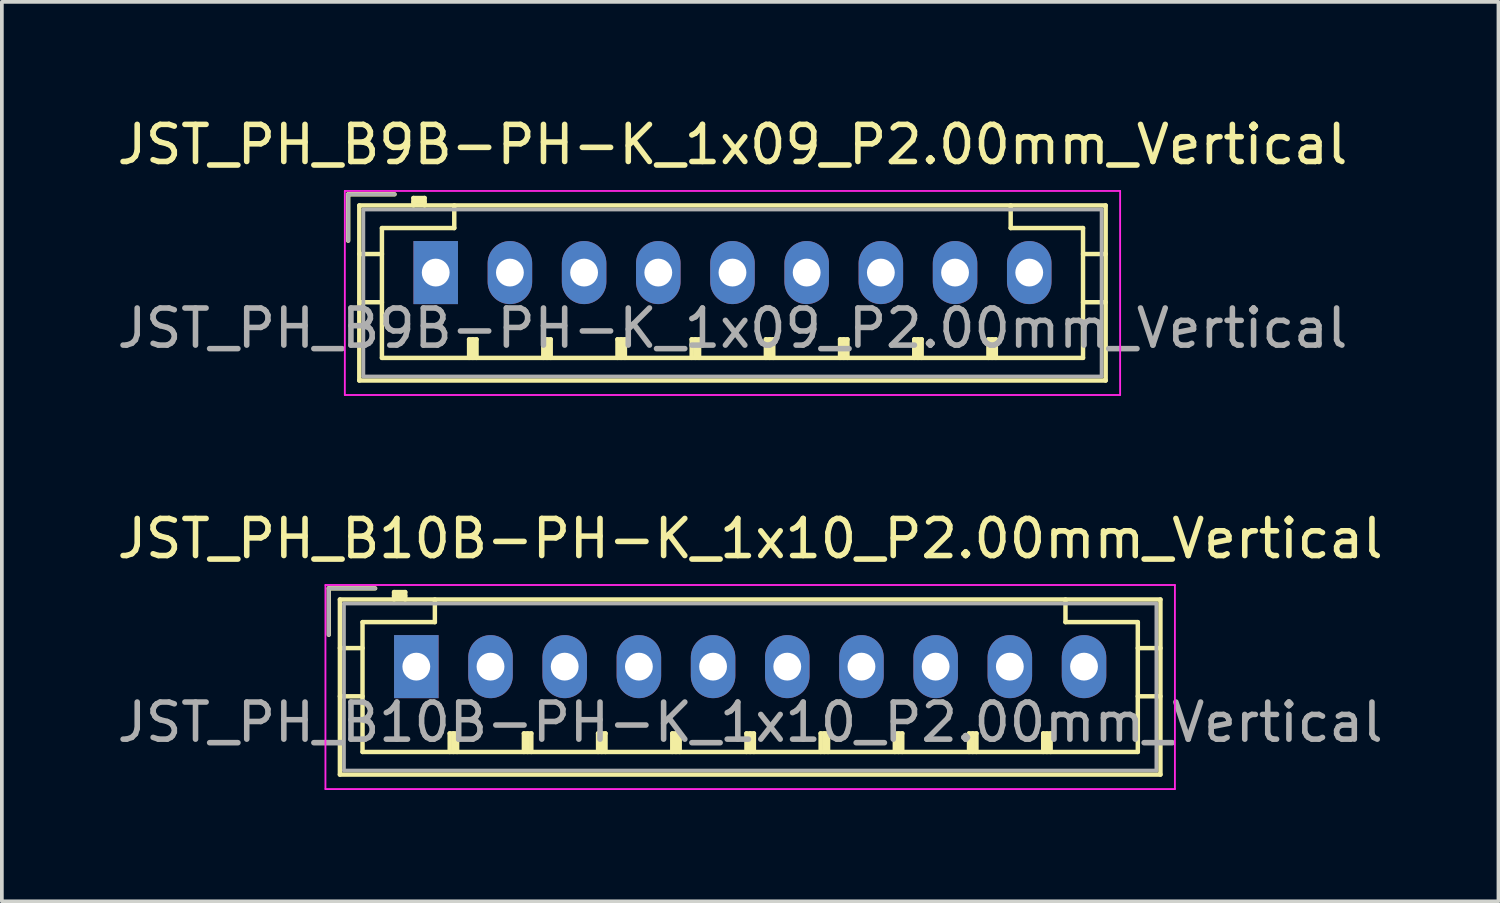
<source format=kicad_pcb>
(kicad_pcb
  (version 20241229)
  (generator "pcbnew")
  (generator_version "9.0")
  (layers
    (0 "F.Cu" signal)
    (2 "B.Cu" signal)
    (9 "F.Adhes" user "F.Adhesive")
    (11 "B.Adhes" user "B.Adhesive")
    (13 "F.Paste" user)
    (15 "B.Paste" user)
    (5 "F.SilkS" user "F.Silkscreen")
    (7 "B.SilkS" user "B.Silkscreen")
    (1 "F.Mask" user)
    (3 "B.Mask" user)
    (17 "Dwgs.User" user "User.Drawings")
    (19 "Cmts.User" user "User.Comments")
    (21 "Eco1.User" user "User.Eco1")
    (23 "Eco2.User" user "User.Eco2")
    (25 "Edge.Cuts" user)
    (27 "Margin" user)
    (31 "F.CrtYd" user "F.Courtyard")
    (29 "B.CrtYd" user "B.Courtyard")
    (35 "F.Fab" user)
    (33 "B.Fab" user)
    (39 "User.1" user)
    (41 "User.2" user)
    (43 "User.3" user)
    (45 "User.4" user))
  (footprint "JST_PH_B10B-PH-K_1x10_P2.00mm_Vertical"
    (layer "F.Cu")
    (at 8.173 14.921)
    (property "Reference" "JST_PH_B10B-PH-K_1x10_P2.00mm_Vertical" (at 9 -3.45 0) (layer "F.SilkS") (effects (font (size 1 1) (thickness 0.15))))
    (attr through_hole)
    (fp_line (start -2.36 -2.11) (end -2.36 -0.86) (stroke (width 0.12) (type solid)) (layer "F.SilkS"))
    (fp_line (start -2.06 -1.81) (end -2.06 2.91) (stroke (width 0.12) (type solid)) (layer "F.SilkS"))
    (fp_line (start -2.06 -0.5) (end -1.45 -0.5) (stroke (width 0.12) (type solid)) (layer "F.SilkS"))
    (fp_line (start -2.06 0.8) (end -1.45 0.8) (stroke (width 0.12) (type solid)) (layer "F.SilkS"))
    (fp_line (start -2.06 2.91) (end 20.06 2.91) (stroke (width 0.12) (type solid)) (layer "F.SilkS"))
    (fp_line (start -1.45 -1.2) (end -1.45 2.3) (stroke (width 0.12) (type solid)) (layer "F.SilkS"))
    (fp_line (start -1.45 2.3) (end 19.45 2.3) (stroke (width 0.12) (type solid)) (layer "F.SilkS"))
    (fp_line (start -1.11 -2.11) (end -2.36 -2.11) (stroke (width 0.12) (type solid)) (layer "F.SilkS"))
    (fp_line (start -0.6 -2.01) (end -0.6 -1.81) (stroke (width 0.12) (type solid)) (layer "F.SilkS"))
    (fp_line (start -0.3 -2.01) (end -0.6 -2.01) (stroke (width 0.12) (type solid)) (layer "F.SilkS"))
    (fp_line (start -0.3 -1.91) (end -0.6 -1.91) (stroke (width 0.12) (type solid)) (layer "F.SilkS"))
    (fp_line (start -0.3 -1.81) (end -0.3 -2.01) (stroke (width 0.12) (type solid)) (layer "F.SilkS"))
    (fp_line (start 0.5 -1.81) (end 0.5 -1.2) (stroke (width 0.12) (type solid)) (layer "F.SilkS"))
    (fp_line (start 0.5 -1.2) (end -1.45 -1.2) (stroke (width 0.12) (type solid)) (layer "F.SilkS"))
    (fp_line (start 0.9 1.8) (end 1.1 1.8) (stroke (width 0.12) (type solid)) (layer "F.SilkS"))
    (fp_line (start 0.9 2.3) (end 0.9 1.8) (stroke (width 0.12) (type solid)) (layer "F.SilkS"))
    (fp_line (start 1 2.3) (end 1 1.8) (stroke (width 0.12) (type solid)) (layer "F.SilkS"))
    (fp_line (start 1.1 1.8) (end 1.1 2.3) (stroke (width 0.12) (type solid)) (layer "F.SilkS"))
    (fp_line (start 2.9 1.8) (end 3.1 1.8) (stroke (width 0.12) (type solid)) (layer "F.SilkS"))
    (fp_line (start 2.9 2.3) (end 2.9 1.8) (stroke (width 0.12) (type solid)) (layer "F.SilkS"))
    (fp_line (start 3 2.3) (end 3 1.8) (stroke (width 0.12) (type solid)) (layer "F.SilkS"))
    (fp_line (start 3.1 1.8) (end 3.1 2.3) (stroke (width 0.12) (type solid)) (layer "F.SilkS"))
    (fp_line (start 4.9 1.8) (end 5.1 1.8) (stroke (width 0.12) (type solid)) (layer "F.SilkS"))
    (fp_line (start 4.9 2.3) (end 4.9 1.8) (stroke (width 0.12) (type solid)) (layer "F.SilkS"))
    (fp_line (start 5 2.3) (end 5 1.8) (stroke (width 0.12) (type solid)) (layer "F.SilkS"))
    (fp_line (start 5.1 1.8) (end 5.1 2.3) (stroke (width 0.12) (type solid)) (layer "F.SilkS"))
    (fp_line (start 6.9 1.8) (end 7.1 1.8) (stroke (width 0.12) (type solid)) (layer "F.SilkS"))
    (fp_line (start 6.9 2.3) (end 6.9 1.8) (stroke (width 0.12) (type solid)) (layer "F.SilkS"))
    (fp_line (start 7 2.3) (end 7 1.8) (stroke (width 0.12) (type solid)) (layer "F.SilkS"))
    (fp_line (start 7.1 1.8) (end 7.1 2.3) (stroke (width 0.12) (type solid)) (layer "F.SilkS"))
    (fp_line (start 8.9 1.8) (end 9.1 1.8) (stroke (width 0.12) (type solid)) (layer "F.SilkS"))
    (fp_line (start 8.9 2.3) (end 8.9 1.8) (stroke (width 0.12) (type solid)) (layer "F.SilkS"))
    (fp_line (start 9 2.3) (end 9 1.8) (stroke (width 0.12) (type solid)) (layer "F.SilkS"))
    (fp_line (start 9.1 1.8) (end 9.1 2.3) (stroke (width 0.12) (type solid)) (layer "F.SilkS"))
    (fp_line (start 10.9 1.8) (end 11.1 1.8) (stroke (width 0.12) (type solid)) (layer "F.SilkS"))
    (fp_line (start 10.9 2.3) (end 10.9 1.8) (stroke (width 0.12) (type solid)) (layer "F.SilkS"))
    (fp_line (start 11 2.3) (end 11 1.8) (stroke (width 0.12) (type solid)) (layer "F.SilkS"))
    (fp_line (start 11.1 1.8) (end 11.1 2.3) (stroke (width 0.12) (type solid)) (layer "F.SilkS"))
    (fp_line (start 12.9 1.8) (end 13.1 1.8) (stroke (width 0.12) (type solid)) (layer "F.SilkS"))
    (fp_line (start 12.9 2.3) (end 12.9 1.8) (stroke (width 0.12) (type solid)) (layer "F.SilkS"))
    (fp_line (start 13 2.3) (end 13 1.8) (stroke (width 0.12) (type solid)) (layer "F.SilkS"))
    (fp_line (start 13.1 1.8) (end 13.1 2.3) (stroke (width 0.12) (type solid)) (layer "F.SilkS"))
    (fp_line (start 14.9 1.8) (end 15.1 1.8) (stroke (width 0.12) (type solid)) (layer "F.SilkS"))
    (fp_line (start 14.9 2.3) (end 14.9 1.8) (stroke (width 0.12) (type solid)) (layer "F.SilkS"))
    (fp_line (start 15 2.3) (end 15 1.8) (stroke (width 0.12) (type solid)) (layer "F.SilkS"))
    (fp_line (start 15.1 1.8) (end 15.1 2.3) (stroke (width 0.12) (type solid)) (layer "F.SilkS"))
    (fp_line (start 16.9 1.8) (end 17.1 1.8) (stroke (width 0.12) (type solid)) (layer "F.SilkS"))
    (fp_line (start 16.9 2.3) (end 16.9 1.8) (stroke (width 0.12) (type solid)) (layer "F.SilkS"))
    (fp_line (start 17 2.3) (end 17 1.8) (stroke (width 0.12) (type solid)) (layer "F.SilkS"))
    (fp_line (start 17.1 1.8) (end 17.1 2.3) (stroke (width 0.12) (type solid)) (layer "F.SilkS"))
    (fp_line (start 17.5 -1.2) (end 17.5 -1.81) (stroke (width 0.12) (type solid)) (layer "F.SilkS"))
    (fp_line (start 19.45 -1.2) (end 17.5 -1.2) (stroke (width 0.12) (type solid)) (layer "F.SilkS"))
    (fp_line (start 19.45 2.3) (end 19.45 -1.2) (stroke (width 0.12) (type solid)) (layer "F.SilkS"))
    (fp_line (start 20.06 -1.81) (end -2.06 -1.81) (stroke (width 0.12) (type solid)) (layer "F.SilkS"))
    (fp_line (start 20.06 -0.5) (end 19.45 -0.5) (stroke (width 0.12) (type solid)) (layer "F.SilkS"))
    (fp_line (start 20.06 0.8) (end 19.45 0.8) (stroke (width 0.12) (type solid)) (layer "F.SilkS"))
    (fp_line (start 20.06 2.91) (end 20.06 -1.81) (stroke (width 0.12) (type solid)) (layer "F.SilkS"))
    (fp_line (start -2.45 -2.2) (end -2.45 3.3) (stroke (width 0.05) (type solid)) (layer "F.CrtYd"))
    (fp_line (start -2.45 3.3) (end 20.45 3.3) (stroke (width 0.05) (type solid)) (layer "F.CrtYd"))
    (fp_line (start 20.45 -2.2) (end -2.45 -2.2) (stroke (width 0.05) (type solid)) (layer "F.CrtYd"))
    (fp_line (start 20.45 3.3) (end 20.45 -2.2) (stroke (width 0.05) (type solid)) (layer "F.CrtYd"))
    (fp_line (start -2.36 -2.11) (end -2.36 -0.86) (stroke (width 0.1) (type solid)) (layer "F.Fab"))
    (fp_line (start -1.95 -1.7) (end -1.95 2.8) (stroke (width 0.1) (type solid)) (layer "F.Fab"))
    (fp_line (start -1.95 2.8) (end 19.95 2.8) (stroke (width 0.1) (type solid)) (layer "F.Fab"))
    (fp_line (start -1.11 -2.11) (end -2.36 -2.11) (stroke (width 0.1) (type solid)) (layer "F.Fab"))
    (fp_line (start 19.95 -1.7) (end -1.95 -1.7) (stroke (width 0.1) (type solid)) (layer "F.Fab"))
    (fp_line (start 19.95 2.8) (end 19.95 -1.7) (stroke (width 0.1) (type solid)) (layer "F.Fab"))
    (fp_text user "${REFERENCE}" (at 9 1.5 0) (layer "F.Fab") (effects (font (size 1 1) (thickness 0.15))))
    (pad "1" thru_hole rect (at 0 0) (size 1.2 1.7) (drill 0.75) (layers "*.Cu" "*.Mask"))
    (pad "2" thru_hole oval (at 2 0) (size 1.2 1.7) (drill 0.75) (layers "*.Cu" "*.Mask"))
    (pad "3" thru_hole oval (at 4 0) (size 1.2 1.7) (drill 0.75) (layers "*.Cu" "*.Mask"))
    (pad "4" thru_hole oval (at 6 0) (size 1.2 1.7) (drill 0.75) (layers "*.Cu" "*.Mask"))
    (pad "5" thru_hole oval (at 8 0) (size 1.2 1.7) (drill 0.75) (layers "*.Cu" "*.Mask"))
    (pad "6" thru_hole oval (at 10 0) (size 1.2 1.7) (drill 0.75) (layers "*.Cu" "*.Mask"))
    (pad "7" thru_hole oval (at 12 0) (size 1.2 1.7) (drill 0.75) (layers "*.Cu" "*.Mask"))
    (pad "8" thru_hole oval (at 14 0) (size 1.2 1.7) (drill 0.75) (layers "*.Cu" "*.Mask"))
    (pad "9" thru_hole oval (at 16 0) (size 1.2 1.7) (drill 0.75) (layers "*.Cu" "*.Mask"))
    (pad "10" thru_hole oval (at 18 0) (size 1.2 1.7) (drill 0.75) (layers "*.Cu" "*.Mask")))
  (footprint "JST_PH_B9B-PH-K_1x09_P2.00mm_Vertical"
    (layer "F.Cu")
    (at 8.696 4.298)
    (property "Reference" "JST_PH_B9B-PH-K_1x09_P2.00mm_Vertical" (at 8 -3.45 0) (layer "F.SilkS") (effects (font (size 1 1) (thickness 0.15))))
    (attr through_hole)
    (fp_line (start -2.36 -2.11) (end -2.36 -0.86) (stroke (width 0.12) (type solid)) (layer "F.SilkS"))
    (fp_line (start -2.06 -1.81) (end -2.06 2.91) (stroke (width 0.12) (type solid)) (layer "F.SilkS"))
    (fp_line (start -2.06 -0.5) (end -1.45 -0.5) (stroke (width 0.12) (type solid)) (layer "F.SilkS"))
    (fp_line (start -2.06 0.8) (end -1.45 0.8) (stroke (width 0.12) (type solid)) (layer "F.SilkS"))
    (fp_line (start -2.06 2.91) (end 18.06 2.91) (stroke (width 0.12) (type solid)) (layer "F.SilkS"))
    (fp_line (start -1.45 -1.2) (end -1.45 2.3) (stroke (width 0.12) (type solid)) (layer "F.SilkS"))
    (fp_line (start -1.45 2.3) (end 17.45 2.3) (stroke (width 0.12) (type solid)) (layer "F.SilkS"))
    (fp_line (start -1.11 -2.11) (end -2.36 -2.11) (stroke (width 0.12) (type solid)) (layer "F.SilkS"))
    (fp_line (start -0.6 -2.01) (end -0.6 -1.81) (stroke (width 0.12) (type solid)) (layer "F.SilkS"))
    (fp_line (start -0.3 -2.01) (end -0.6 -2.01) (stroke (width 0.12) (type solid)) (layer "F.SilkS"))
    (fp_line (start -0.3 -1.91) (end -0.6 -1.91) (stroke (width 0.12) (type solid)) (layer "F.SilkS"))
    (fp_line (start -0.3 -1.81) (end -0.3 -2.01) (stroke (width 0.12) (type solid)) (layer "F.SilkS"))
    (fp_line (start 0.5 -1.81) (end 0.5 -1.2) (stroke (width 0.12) (type solid)) (layer "F.SilkS"))
    (fp_line (start 0.5 -1.2) (end -1.45 -1.2) (stroke (width 0.12) (type solid)) (layer "F.SilkS"))
    (fp_line (start 0.9 1.8) (end 1.1 1.8) (stroke (width 0.12) (type solid)) (layer "F.SilkS"))
    (fp_line (start 0.9 2.3) (end 0.9 1.8) (stroke (width 0.12) (type solid)) (layer "F.SilkS"))
    (fp_line (start 1 2.3) (end 1 1.8) (stroke (width 0.12) (type solid)) (layer "F.SilkS"))
    (fp_line (start 1.1 1.8) (end 1.1 2.3) (stroke (width 0.12) (type solid)) (layer "F.SilkS"))
    (fp_line (start 2.9 1.8) (end 3.1 1.8) (stroke (width 0.12) (type solid)) (layer "F.SilkS"))
    (fp_line (start 2.9 2.3) (end 2.9 1.8) (stroke (width 0.12) (type solid)) (layer "F.SilkS"))
    (fp_line (start 3 2.3) (end 3 1.8) (stroke (width 0.12) (type solid)) (layer "F.SilkS"))
    (fp_line (start 3.1 1.8) (end 3.1 2.3) (stroke (width 0.12) (type solid)) (layer "F.SilkS"))
    (fp_line (start 4.9 1.8) (end 5.1 1.8) (stroke (width 0.12) (type solid)) (layer "F.SilkS"))
    (fp_line (start 4.9 2.3) (end 4.9 1.8) (stroke (width 0.12) (type solid)) (layer "F.SilkS"))
    (fp_line (start 5 2.3) (end 5 1.8) (stroke (width 0.12) (type solid)) (layer "F.SilkS"))
    (fp_line (start 5.1 1.8) (end 5.1 2.3) (stroke (width 0.12) (type solid)) (layer "F.SilkS"))
    (fp_line (start 6.9 1.8) (end 7.1 1.8) (stroke (width 0.12) (type solid)) (layer "F.SilkS"))
    (fp_line (start 6.9 2.3) (end 6.9 1.8) (stroke (width 0.12) (type solid)) (layer "F.SilkS"))
    (fp_line (start 7 2.3) (end 7 1.8) (stroke (width 0.12) (type solid)) (layer "F.SilkS"))
    (fp_line (start 7.1 1.8) (end 7.1 2.3) (stroke (width 0.12) (type solid)) (layer "F.SilkS"))
    (fp_line (start 8.9 1.8) (end 9.1 1.8) (stroke (width 0.12) (type solid)) (layer "F.SilkS"))
    (fp_line (start 8.9 2.3) (end 8.9 1.8) (stroke (width 0.12) (type solid)) (layer "F.SilkS"))
    (fp_line (start 9 2.3) (end 9 1.8) (stroke (width 0.12) (type solid)) (layer "F.SilkS"))
    (fp_line (start 9.1 1.8) (end 9.1 2.3) (stroke (width 0.12) (type solid)) (layer "F.SilkS"))
    (fp_line (start 10.9 1.8) (end 11.1 1.8) (stroke (width 0.12) (type solid)) (layer "F.SilkS"))
    (fp_line (start 10.9 2.3) (end 10.9 1.8) (stroke (width 0.12) (type solid)) (layer "F.SilkS"))
    (fp_line (start 11 2.3) (end 11 1.8) (stroke (width 0.12) (type solid)) (layer "F.SilkS"))
    (fp_line (start 11.1 1.8) (end 11.1 2.3) (stroke (width 0.12) (type solid)) (layer "F.SilkS"))
    (fp_line (start 12.9 1.8) (end 13.1 1.8) (stroke (width 0.12) (type solid)) (layer "F.SilkS"))
    (fp_line (start 12.9 2.3) (end 12.9 1.8) (stroke (width 0.12) (type solid)) (layer "F.SilkS"))
    (fp_line (start 13 2.3) (end 13 1.8) (stroke (width 0.12) (type solid)) (layer "F.SilkS"))
    (fp_line (start 13.1 1.8) (end 13.1 2.3) (stroke (width 0.12) (type solid)) (layer "F.SilkS"))
    (fp_line (start 14.9 1.8) (end 15.1 1.8) (stroke (width 0.12) (type solid)) (layer "F.SilkS"))
    (fp_line (start 14.9 2.3) (end 14.9 1.8) (stroke (width 0.12) (type solid)) (layer "F.SilkS"))
    (fp_line (start 15 2.3) (end 15 1.8) (stroke (width 0.12) (type solid)) (layer "F.SilkS"))
    (fp_line (start 15.1 1.8) (end 15.1 2.3) (stroke (width 0.12) (type solid)) (layer "F.SilkS"))
    (fp_line (start 15.5 -1.2) (end 15.5 -1.81) (stroke (width 0.12) (type solid)) (layer "F.SilkS"))
    (fp_line (start 17.45 -1.2) (end 15.5 -1.2) (stroke (width 0.12) (type solid)) (layer "F.SilkS"))
    (fp_line (start 17.45 2.3) (end 17.45 -1.2) (stroke (width 0.12) (type solid)) (layer "F.SilkS"))
    (fp_line (start 18.06 -1.81) (end -2.06 -1.81) (stroke (width 0.12) (type solid)) (layer "F.SilkS"))
    (fp_line (start 18.06 -0.5) (end 17.45 -0.5) (stroke (width 0.12) (type solid)) (layer "F.SilkS"))
    (fp_line (start 18.06 0.8) (end 17.45 0.8) (stroke (width 0.12) (type solid)) (layer "F.SilkS"))
    (fp_line (start 18.06 2.91) (end 18.06 -1.81) (stroke (width 0.12) (type solid)) (layer "F.SilkS"))
    (fp_line (start -2.45 -2.2) (end -2.45 3.3) (stroke (width 0.05) (type solid)) (layer "F.CrtYd"))
    (fp_line (start -2.45 3.3) (end 18.45 3.3) (stroke (width 0.05) (type solid)) (layer "F.CrtYd"))
    (fp_line (start 18.45 -2.2) (end -2.45 -2.2) (stroke (width 0.05) (type solid)) (layer "F.CrtYd"))
    (fp_line (start 18.45 3.3) (end 18.45 -2.2) (stroke (width 0.05) (type solid)) (layer "F.CrtYd"))
    (fp_line (start -2.36 -2.11) (end -2.36 -0.86) (stroke (width 0.1) (type solid)) (layer "F.Fab"))
    (fp_line (start -1.95 -1.7) (end -1.95 2.8) (stroke (width 0.1) (type solid)) (layer "F.Fab"))
    (fp_line (start -1.95 2.8) (end 17.95 2.8) (stroke (width 0.1) (type solid)) (layer "F.Fab"))
    (fp_line (start -1.11 -2.11) (end -2.36 -2.11) (stroke (width 0.1) (type solid)) (layer "F.Fab"))
    (fp_line (start 17.95 -1.7) (end -1.95 -1.7) (stroke (width 0.1) (type solid)) (layer "F.Fab"))
    (fp_line (start 17.95 2.8) (end 17.95 -1.7) (stroke (width 0.1) (type solid)) (layer "F.Fab"))
    (fp_text user "${REFERENCE}" (at 8 1.5 0) (layer "F.Fab") (effects (font (size 1 1) (thickness 0.15))))
    (pad "1" thru_hole rect (at 0 0) (size 1.2 1.7) (drill 0.75) (layers "*.Cu" "*.Mask"))
    (pad "2" thru_hole oval (at 2 0) (size 1.2 1.7) (drill 0.75) (layers "*.Cu" "*.Mask"))
    (pad "3" thru_hole oval (at 4 0) (size 1.2 1.7) (drill 0.75) (layers "*.Cu" "*.Mask"))
    (pad "4" thru_hole oval (at 6 0) (size 1.2 1.7) (drill 0.75) (layers "*.Cu" "*.Mask"))
    (pad "5" thru_hole oval (at 8 0) (size 1.2 1.7) (drill 0.75) (layers "*.Cu" "*.Mask"))
    (pad "6" thru_hole oval (at 10 0) (size 1.2 1.7) (drill 0.75) (layers "*.Cu" "*.Mask"))
    (pad "7" thru_hole oval (at 12 0) (size 1.2 1.7) (drill 0.75) (layers "*.Cu" "*.Mask"))
    (pad "8" thru_hole oval (at 14 0) (size 1.2 1.7) (drill 0.75) (layers "*.Cu" "*.Mask"))
    (pad "9" thru_hole oval (at 16 0) (size 1.2 1.7) (drill 0.75) (layers "*.Cu" "*.Mask")))
  (gr_rect
    (start -3 -3)
    (end 37.345 21.247)
    (stroke (width 0.1) (type default))
    (fill no)
    (layer "Edge.Cuts")))
</source>
